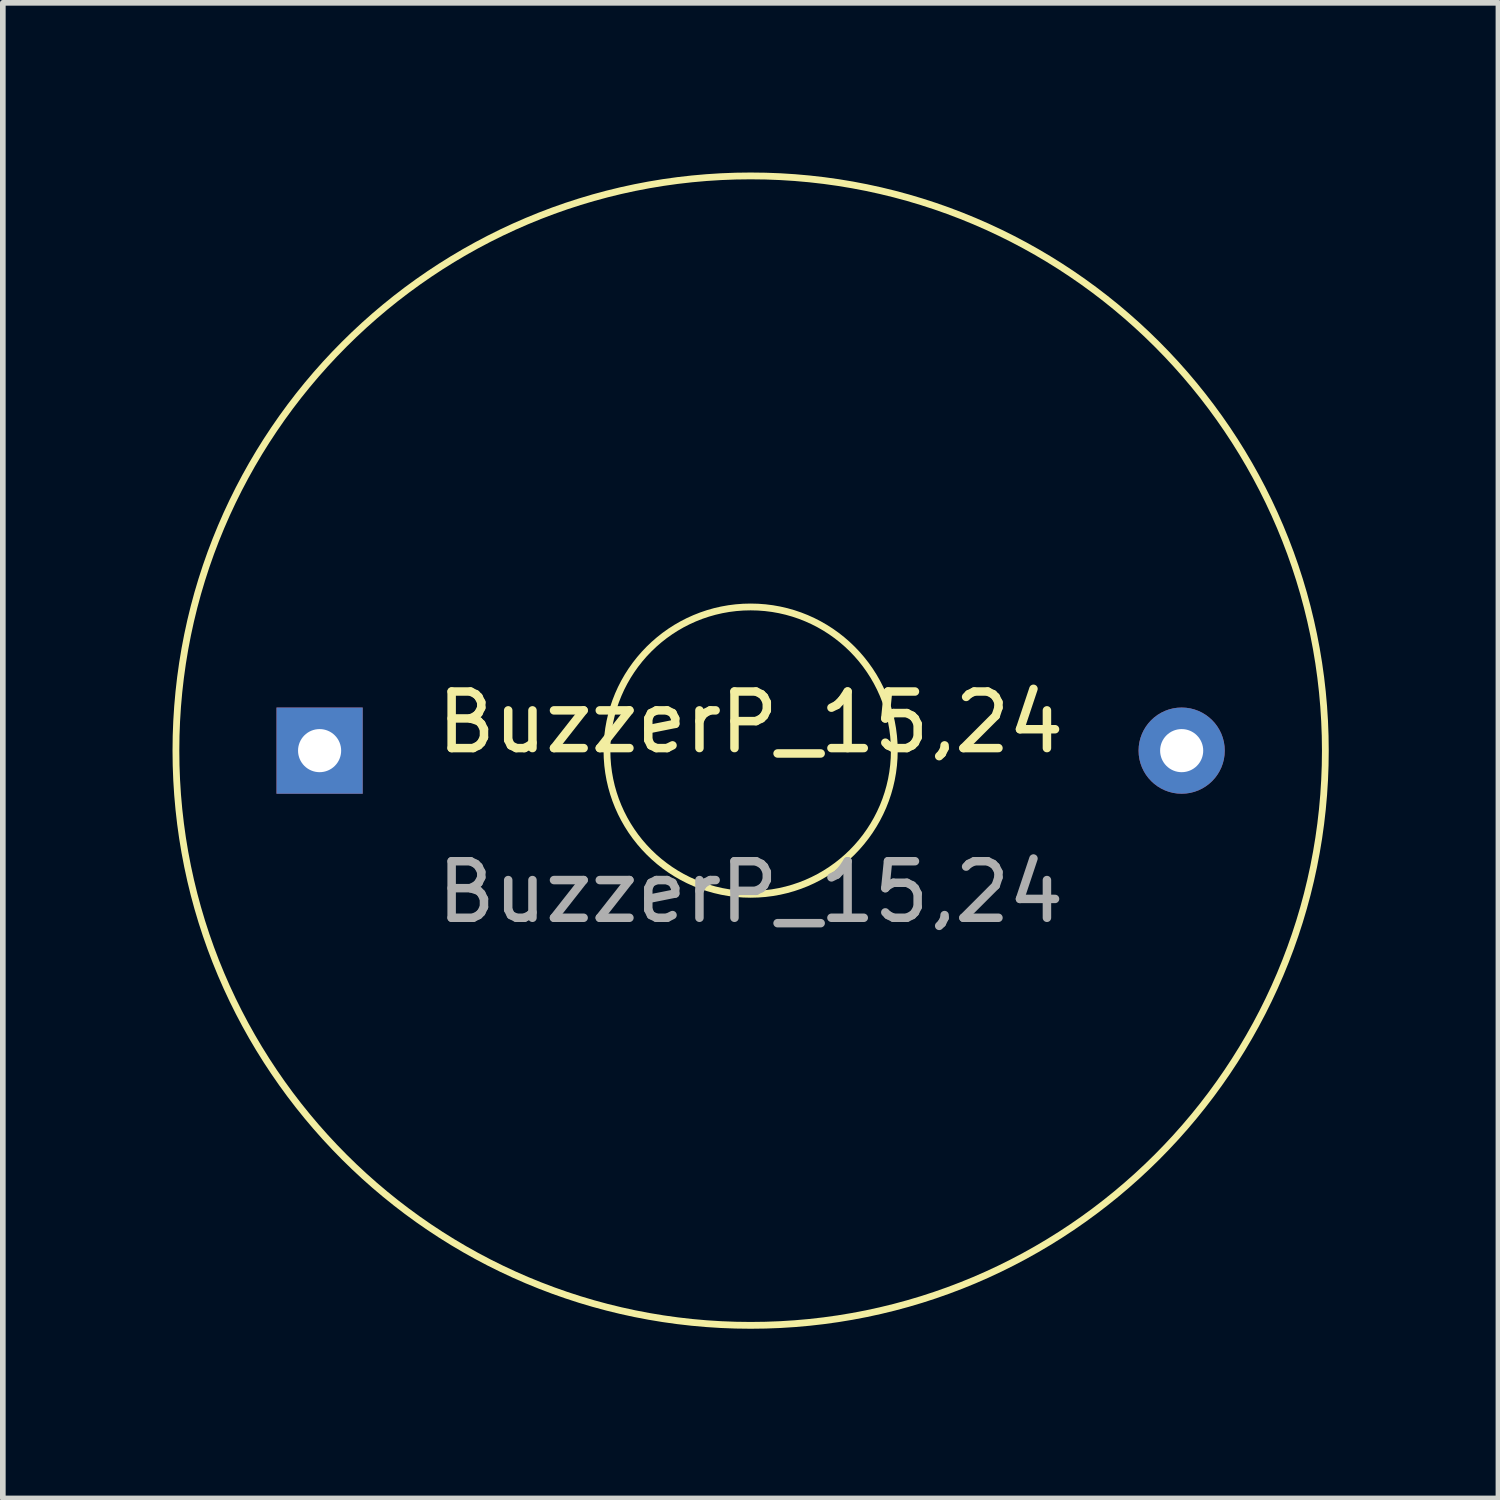
<source format=kicad_pcb>
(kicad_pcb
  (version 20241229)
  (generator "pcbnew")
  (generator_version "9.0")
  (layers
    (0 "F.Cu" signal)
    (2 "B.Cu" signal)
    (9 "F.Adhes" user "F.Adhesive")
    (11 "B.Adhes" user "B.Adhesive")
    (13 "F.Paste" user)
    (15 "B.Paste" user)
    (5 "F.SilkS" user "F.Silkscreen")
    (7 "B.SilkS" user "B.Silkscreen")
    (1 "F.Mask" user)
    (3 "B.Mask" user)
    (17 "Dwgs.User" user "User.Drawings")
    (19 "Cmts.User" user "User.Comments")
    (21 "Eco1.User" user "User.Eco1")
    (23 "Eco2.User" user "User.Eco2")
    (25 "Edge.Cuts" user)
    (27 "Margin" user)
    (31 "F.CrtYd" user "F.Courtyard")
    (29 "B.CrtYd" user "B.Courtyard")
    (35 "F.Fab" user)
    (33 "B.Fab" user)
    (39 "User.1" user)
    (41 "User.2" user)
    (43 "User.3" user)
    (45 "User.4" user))
  (footprint "BuzzerP_15,24"
    (layer "F.Cu")
    (at 10.22 10.22)
    (property "Reference" "BuzzerP_15,24" (at 0 -0.5 0) (unlocked yes) (layer "F.SilkS") (effects (font (size 1 1) (thickness 0.15))))
    (attr through_hole)
    (fp_circle (center 0 0) (end 2.54 0) (stroke (width 0.12) (type default)) (fill no) (layer "F.SilkS"))
    (fp_circle (center 0 0) (end 10.16 0) (stroke (width 0.12) (type default)) (fill no) (layer "F.SilkS"))
    (fp_text user "${REFERENCE}" (at 0 2.5 0) (unlocked yes) (layer "F.Fab") (effects (font (size 1 1) (thickness 0.15))))
    (pad "1" thru_hole rect (at -7.62 0) (size 1.524 1.524) (drill 0.762) (layers "*.Cu" "*.Mask"))
    (pad "2" thru_hole circle (at 7.62 0) (size 1.524 1.524) (drill 0.762) (layers "*.Cu" "*.Mask")))
  (gr_rect
    (start -3 -3)
    (end 23.44 23.44)
    (stroke (width 0.1) (type default))
    (fill no)
    (layer "Edge.Cuts")))
</source>
